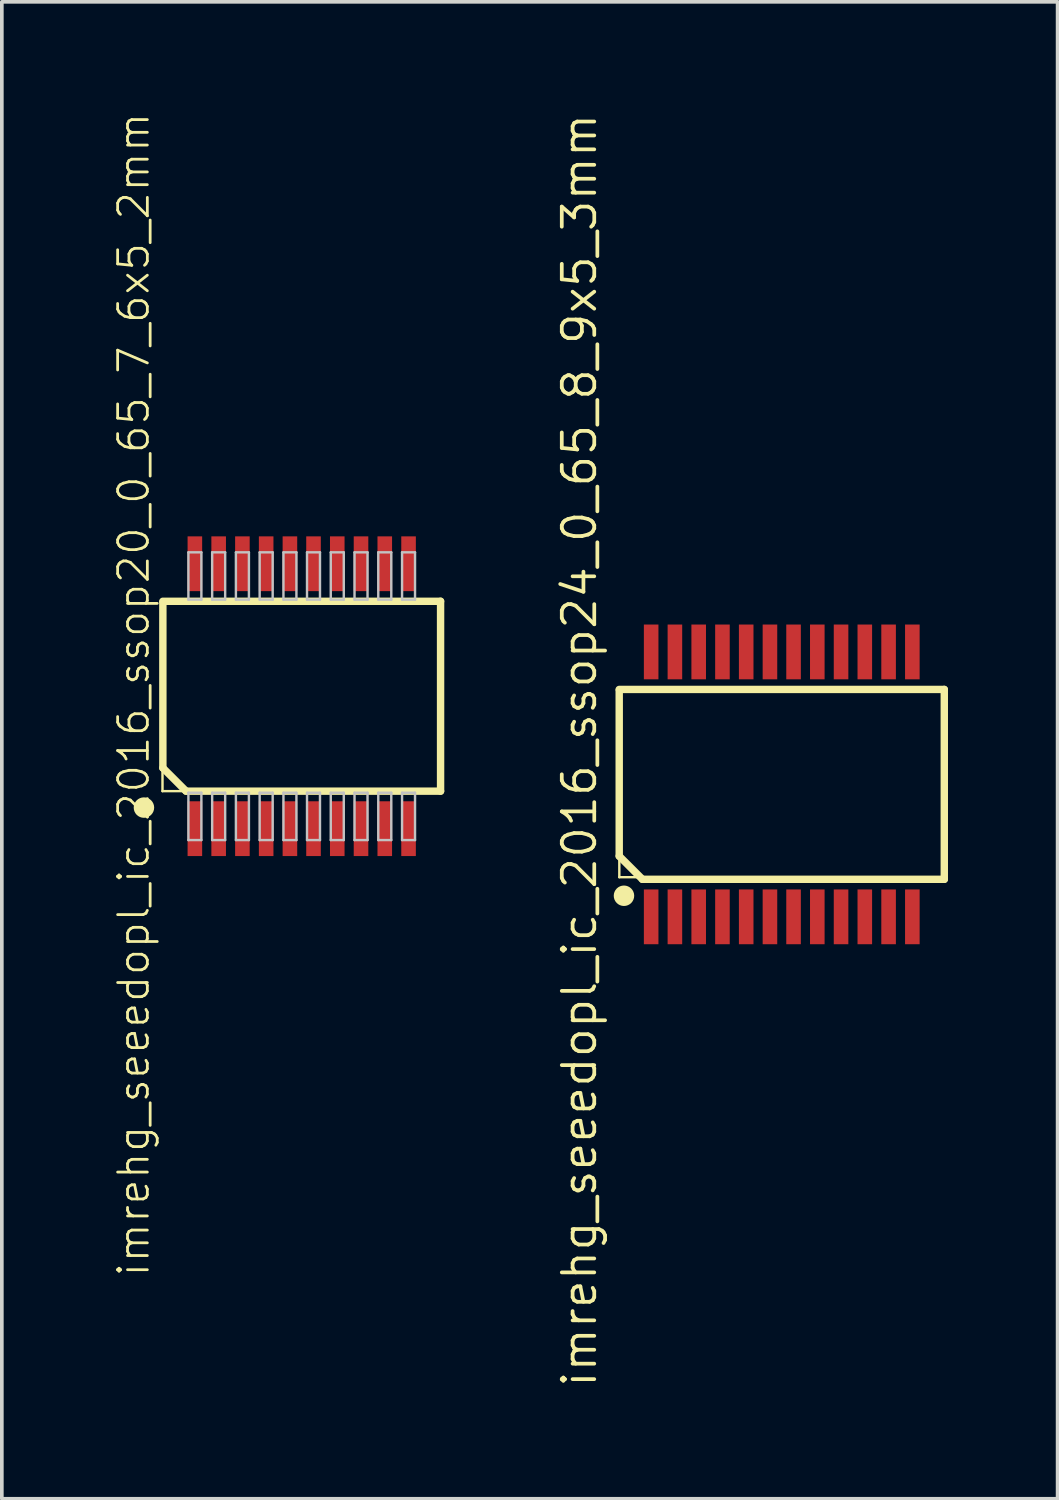
<source format=kicad_pcb>
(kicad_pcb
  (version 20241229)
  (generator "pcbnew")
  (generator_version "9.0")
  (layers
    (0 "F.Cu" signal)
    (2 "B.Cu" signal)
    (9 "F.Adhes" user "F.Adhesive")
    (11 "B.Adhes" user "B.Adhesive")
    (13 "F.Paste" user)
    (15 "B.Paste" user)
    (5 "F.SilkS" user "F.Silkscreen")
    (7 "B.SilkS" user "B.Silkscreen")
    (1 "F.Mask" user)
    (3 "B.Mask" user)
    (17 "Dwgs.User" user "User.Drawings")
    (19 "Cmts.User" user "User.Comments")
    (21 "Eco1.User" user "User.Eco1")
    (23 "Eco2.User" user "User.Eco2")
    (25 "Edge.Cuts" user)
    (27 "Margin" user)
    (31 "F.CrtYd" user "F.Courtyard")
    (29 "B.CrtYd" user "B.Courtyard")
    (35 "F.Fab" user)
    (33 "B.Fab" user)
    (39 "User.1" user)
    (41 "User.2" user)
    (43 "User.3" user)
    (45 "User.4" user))
  (footprint "imrehg_seeedopl_ic_2016_ssop20_0_65_7_6x5_2mm"
    (layer "F.Cu")
    (at 5.207 16.003)
    (property "Reference" "imrehg_seeedopl_ic_2016_ssop20_0_65_7_6x5_2mm" (at -4.597 -0.043 90) (layer "F.SilkS") (effects (font (size 0.813 0.813) (thickness 0.076))))
    (attr smd)
    (fp_line (start -3.823 -2.573) (end -3.8 -2.573) (stroke (width 0.127) (type solid)) (layer "F.SilkS"))
    (fp_line (start -3.81 -2.598) (end 3.81 -2.598) (stroke (width 0.066) (type solid)) (layer "F.SilkS"))
    (fp_line (start -3.81 2.598) (end -3.81 -2.598) (stroke (width 0.066) (type solid)) (layer "F.SilkS"))
    (fp_line (start -3.81 2.598) (end 3.81 2.598) (stroke (width 0.066) (type solid)) (layer "F.SilkS"))
    (fp_line (start -3.8 -2.573) (end -3.8 1.963) (stroke (width 0.203) (type solid)) (layer "F.SilkS"))
    (fp_line (start -3.8 1.963) (end -3.165 2.598) (stroke (width 0.203) (type solid)) (layer "F.SilkS"))
    (fp_line (start -3.165 2.598) (end 3.8 2.598) (stroke (width 0.203) (type solid)) (layer "F.SilkS"))
    (fp_line (start 3.8 -2.598) (end -3.8 -2.598) (stroke (width 0.203) (type solid)) (layer "F.SilkS"))
    (fp_line (start 3.8 2.598) (end 3.8 -2.598) (stroke (width 0.203) (type solid)) (layer "F.SilkS"))
    (fp_line (start 3.81 2.598) (end 3.81 -2.598) (stroke (width 0.066) (type solid)) (layer "F.SilkS"))
    (fp_circle (center -4.318 3.048) (end -4.516 3.246) (stroke (width 0) (type solid)) (fill yes) (layer "F.SilkS"))
    (fp_line (start -3.101 -3.937) (end -2.746 -3.937) (stroke (width 0.066) (type solid)) (layer "Dwgs.User"))
    (fp_line (start -3.101 -2.642) (end -3.101 -3.937) (stroke (width 0.066) (type solid)) (layer "Dwgs.User"))
    (fp_line (start -3.101 -2.642) (end -2.746 -2.642) (stroke (width 0.066) (type solid)) (layer "Dwgs.User"))
    (fp_line (start -3.101 2.642) (end -2.746 2.642) (stroke (width 0.066) (type solid)) (layer "Dwgs.User"))
    (fp_line (start -3.101 3.937) (end -3.101 2.642) (stroke (width 0.066) (type solid)) (layer "Dwgs.User"))
    (fp_line (start -3.101 3.937) (end -2.746 3.937) (stroke (width 0.066) (type solid)) (layer "Dwgs.User"))
    (fp_line (start -2.746 -2.642) (end -2.746 -3.937) (stroke (width 0.066) (type solid)) (layer "Dwgs.User"))
    (fp_line (start -2.746 3.937) (end -2.746 2.642) (stroke (width 0.066) (type solid)) (layer "Dwgs.User"))
    (fp_line (start -2.451 -3.937) (end -2.095 -3.937) (stroke (width 0.066) (type solid)) (layer "Dwgs.User"))
    (fp_line (start -2.451 -2.642) (end -2.451 -3.937) (stroke (width 0.066) (type solid)) (layer "Dwgs.User"))
    (fp_line (start -2.451 -2.642) (end -2.095 -2.642) (stroke (width 0.066) (type solid)) (layer "Dwgs.User"))
    (fp_line (start -2.451 2.642) (end -2.095 2.642) (stroke (width 0.066) (type solid)) (layer "Dwgs.User"))
    (fp_line (start -2.451 3.937) (end -2.451 2.642) (stroke (width 0.066) (type solid)) (layer "Dwgs.User"))
    (fp_line (start -2.451 3.937) (end -2.095 3.937) (stroke (width 0.066) (type solid)) (layer "Dwgs.User"))
    (fp_line (start -2.095 -2.642) (end -2.095 -3.937) (stroke (width 0.066) (type solid)) (layer "Dwgs.User"))
    (fp_line (start -2.095 3.937) (end -2.095 2.642) (stroke (width 0.066) (type solid)) (layer "Dwgs.User"))
    (fp_line (start -1.801 -3.937) (end -1.445 -3.937) (stroke (width 0.066) (type solid)) (layer "Dwgs.User"))
    (fp_line (start -1.801 -2.642) (end -1.801 -3.937) (stroke (width 0.066) (type solid)) (layer "Dwgs.User"))
    (fp_line (start -1.801 -2.642) (end -1.445 -2.642) (stroke (width 0.066) (type solid)) (layer "Dwgs.User"))
    (fp_line (start -1.801 2.642) (end -1.445 2.642) (stroke (width 0.066) (type solid)) (layer "Dwgs.User"))
    (fp_line (start -1.801 3.937) (end -1.801 2.642) (stroke (width 0.066) (type solid)) (layer "Dwgs.User"))
    (fp_line (start -1.801 3.937) (end -1.445 3.937) (stroke (width 0.066) (type solid)) (layer "Dwgs.User"))
    (fp_line (start -1.445 -2.642) (end -1.445 -3.937) (stroke (width 0.066) (type solid)) (layer "Dwgs.User"))
    (fp_line (start -1.445 3.937) (end -1.445 2.642) (stroke (width 0.066) (type solid)) (layer "Dwgs.User"))
    (fp_line (start -1.151 -3.937) (end -0.795 -3.937) (stroke (width 0.066) (type solid)) (layer "Dwgs.User"))
    (fp_line (start -1.151 -2.642) (end -1.151 -3.937) (stroke (width 0.066) (type solid)) (layer "Dwgs.User"))
    (fp_line (start -1.151 -2.642) (end -0.795 -2.642) (stroke (width 0.066) (type solid)) (layer "Dwgs.User"))
    (fp_line (start -1.151 2.642) (end -0.795 2.642) (stroke (width 0.066) (type solid)) (layer "Dwgs.User"))
    (fp_line (start -1.151 3.937) (end -1.151 2.642) (stroke (width 0.066) (type solid)) (layer "Dwgs.User"))
    (fp_line (start -1.151 3.937) (end -0.795 3.937) (stroke (width 0.066) (type solid)) (layer "Dwgs.User"))
    (fp_line (start -0.795 -2.642) (end -0.795 -3.937) (stroke (width 0.066) (type solid)) (layer "Dwgs.User"))
    (fp_line (start -0.795 3.937) (end -0.795 2.642) (stroke (width 0.066) (type solid)) (layer "Dwgs.User"))
    (fp_line (start -0.5 -3.937) (end -0.145 -3.937) (stroke (width 0.066) (type solid)) (layer "Dwgs.User"))
    (fp_line (start -0.5 -2.642) (end -0.5 -3.937) (stroke (width 0.066) (type solid)) (layer "Dwgs.User"))
    (fp_line (start -0.5 -2.642) (end -0.145 -2.642) (stroke (width 0.066) (type solid)) (layer "Dwgs.User"))
    (fp_line (start -0.5 2.642) (end -0.145 2.642) (stroke (width 0.066) (type solid)) (layer "Dwgs.User"))
    (fp_line (start -0.5 3.937) (end -0.5 2.642) (stroke (width 0.066) (type solid)) (layer "Dwgs.User"))
    (fp_line (start -0.5 3.937) (end -0.145 3.937) (stroke (width 0.066) (type solid)) (layer "Dwgs.User"))
    (fp_line (start -0.145 -2.642) (end -0.145 -3.937) (stroke (width 0.066) (type solid)) (layer "Dwgs.User"))
    (fp_line (start -0.145 3.937) (end -0.145 2.642) (stroke (width 0.066) (type solid)) (layer "Dwgs.User"))
    (fp_line (start 0.145 -3.937) (end 0.5 -3.937) (stroke (width 0.066) (type solid)) (layer "Dwgs.User"))
    (fp_line (start 0.145 -2.642) (end 0.145 -3.937) (stroke (width 0.066) (type solid)) (layer "Dwgs.User"))
    (fp_line (start 0.145 -2.642) (end 0.5 -2.642) (stroke (width 0.066) (type solid)) (layer "Dwgs.User"))
    (fp_line (start 0.145 2.642) (end 0.5 2.642) (stroke (width 0.066) (type solid)) (layer "Dwgs.User"))
    (fp_line (start 0.145 3.937) (end 0.145 2.642) (stroke (width 0.066) (type solid)) (layer "Dwgs.User"))
    (fp_line (start 0.145 3.937) (end 0.5 3.937) (stroke (width 0.066) (type solid)) (layer "Dwgs.User"))
    (fp_line (start 0.5 -2.642) (end 0.5 -3.937) (stroke (width 0.066) (type solid)) (layer "Dwgs.User"))
    (fp_line (start 0.5 3.937) (end 0.5 2.642) (stroke (width 0.066) (type solid)) (layer "Dwgs.User"))
    (fp_line (start 0.795 -3.937) (end 1.151 -3.937) (stroke (width 0.066) (type solid)) (layer "Dwgs.User"))
    (fp_line (start 0.795 -2.642) (end 0.795 -3.937) (stroke (width 0.066) (type solid)) (layer "Dwgs.User"))
    (fp_line (start 0.795 -2.642) (end 1.151 -2.642) (stroke (width 0.066) (type solid)) (layer "Dwgs.User"))
    (fp_line (start 0.795 2.642) (end 1.151 2.642) (stroke (width 0.066) (type solid)) (layer "Dwgs.User"))
    (fp_line (start 0.795 3.937) (end 0.795 2.642) (stroke (width 0.066) (type solid)) (layer "Dwgs.User"))
    (fp_line (start 0.795 3.937) (end 1.151 3.937) (stroke (width 0.066) (type solid)) (layer "Dwgs.User"))
    (fp_line (start 1.151 -2.642) (end 1.151 -3.937) (stroke (width 0.066) (type solid)) (layer "Dwgs.User"))
    (fp_line (start 1.151 3.937) (end 1.151 2.642) (stroke (width 0.066) (type solid)) (layer "Dwgs.User"))
    (fp_line (start 1.445 -3.937) (end 1.801 -3.937) (stroke (width 0.066) (type solid)) (layer "Dwgs.User"))
    (fp_line (start 1.445 -2.642) (end 1.445 -3.937) (stroke (width 0.066) (type solid)) (layer "Dwgs.User"))
    (fp_line (start 1.445 -2.642) (end 1.801 -2.642) (stroke (width 0.066) (type solid)) (layer "Dwgs.User"))
    (fp_line (start 1.445 2.642) (end 1.801 2.642) (stroke (width 0.066) (type solid)) (layer "Dwgs.User"))
    (fp_line (start 1.445 3.937) (end 1.445 2.642) (stroke (width 0.066) (type solid)) (layer "Dwgs.User"))
    (fp_line (start 1.445 3.937) (end 1.801 3.937) (stroke (width 0.066) (type solid)) (layer "Dwgs.User"))
    (fp_line (start 1.801 -2.642) (end 1.801 -3.937) (stroke (width 0.066) (type solid)) (layer "Dwgs.User"))
    (fp_line (start 1.801 3.937) (end 1.801 2.642) (stroke (width 0.066) (type solid)) (layer "Dwgs.User"))
    (fp_line (start 2.095 -3.937) (end 2.451 -3.937) (stroke (width 0.066) (type solid)) (layer "Dwgs.User"))
    (fp_line (start 2.095 -2.642) (end 2.095 -3.937) (stroke (width 0.066) (type solid)) (layer "Dwgs.User"))
    (fp_line (start 2.095 -2.642) (end 2.451 -2.642) (stroke (width 0.066) (type solid)) (layer "Dwgs.User"))
    (fp_line (start 2.095 2.642) (end 2.451 2.642) (stroke (width 0.066) (type solid)) (layer "Dwgs.User"))
    (fp_line (start 2.095 3.937) (end 2.095 2.642) (stroke (width 0.066) (type solid)) (layer "Dwgs.User"))
    (fp_line (start 2.095 3.937) (end 2.451 3.937) (stroke (width 0.066) (type solid)) (layer "Dwgs.User"))
    (fp_line (start 2.451 -2.642) (end 2.451 -3.937) (stroke (width 0.066) (type solid)) (layer "Dwgs.User"))
    (fp_line (start 2.451 3.937) (end 2.451 2.642) (stroke (width 0.066) (type solid)) (layer "Dwgs.User"))
    (fp_line (start 2.746 -3.937) (end 3.101 -3.937) (stroke (width 0.066) (type solid)) (layer "Dwgs.User"))
    (fp_line (start 2.746 -2.642) (end 2.746 -3.937) (stroke (width 0.066) (type solid)) (layer "Dwgs.User"))
    (fp_line (start 2.746 -2.642) (end 3.101 -2.642) (stroke (width 0.066) (type solid)) (layer "Dwgs.User"))
    (fp_line (start 2.746 2.642) (end 3.101 2.642) (stroke (width 0.066) (type solid)) (layer "Dwgs.User"))
    (fp_line (start 2.746 3.937) (end 2.746 2.642) (stroke (width 0.066) (type solid)) (layer "Dwgs.User"))
    (fp_line (start 2.746 3.937) (end 3.101 3.937) (stroke (width 0.066) (type solid)) (layer "Dwgs.User"))
    (fp_line (start 3.101 -2.642) (end 3.101 -3.937) (stroke (width 0.066) (type solid)) (layer "Dwgs.User"))
    (fp_line (start 3.101 3.937) (end 3.101 2.642) (stroke (width 0.066) (type solid)) (layer "Dwgs.User"))
    (pad "1" smd rect (at -2.924 3.625) (size 0.399 1.499) (layers "F.Cu" "F.Mask" "F.Paste"))
    (pad "2" smd rect (at -2.273 3.625) (size 0.399 1.499) (layers "F.Cu" "F.Mask" "F.Paste"))
    (pad "3" smd rect (at -1.623 3.625) (size 0.399 1.499) (layers "F.Cu" "F.Mask" "F.Paste"))
    (pad "4" smd rect (at -0.973 3.625) (size 0.399 1.499) (layers "F.Cu" "F.Mask" "F.Paste"))
    (pad "5" smd rect (at -0.323 3.625) (size 0.399 1.499) (layers "F.Cu" "F.Mask" "F.Paste"))
    (pad "6" smd rect (at 0.323 3.625) (size 0.399 1.499) (layers "F.Cu" "F.Mask" "F.Paste"))
    (pad "7" smd rect (at 0.973 3.625) (size 0.399 1.499) (layers "F.Cu" "F.Mask" "F.Paste"))
    (pad "8" smd rect (at 1.623 3.625) (size 0.399 1.499) (layers "F.Cu" "F.Mask" "F.Paste"))
    (pad "9" smd rect (at 2.273 3.625) (size 0.399 1.499) (layers "F.Cu" "F.Mask" "F.Paste"))
    (pad "10" smd rect (at 2.924 3.625) (size 0.399 1.499) (layers "F.Cu" "F.Mask" "F.Paste"))
    (pad "11" smd rect (at 2.924 -3.625) (size 0.399 1.499) (layers "F.Cu" "F.Mask" "F.Paste"))
    (pad "12" smd rect (at 2.273 -3.625) (size 0.399 1.499) (layers "F.Cu" "F.Mask" "F.Paste"))
    (pad "13" smd rect (at 1.623 -3.625) (size 0.399 1.499) (layers "F.Cu" "F.Mask" "F.Paste"))
    (pad "14" smd rect (at 0.973 -3.625) (size 0.399 1.499) (layers "F.Cu" "F.Mask" "F.Paste"))
    (pad "15" smd rect (at 0.323 -3.625) (size 0.399 1.499) (layers "F.Cu" "F.Mask" "F.Paste"))
    (pad "16" smd rect (at -0.323 -3.625) (size 0.399 1.499) (layers "F.Cu" "F.Mask" "F.Paste"))
    (pad "17" smd rect (at -0.973 -3.625) (size 0.399 1.499) (layers "F.Cu" "F.Mask" "F.Paste"))
    (pad "18" smd rect (at -1.623 -3.625) (size 0.399 1.499) (layers "F.Cu" "F.Mask" "F.Paste"))
    (pad "19" smd rect (at -2.273 -3.625) (size 0.399 1.499) (layers "F.Cu" "F.Mask" "F.Paste"))
    (pad "20" smd rect (at -2.924 -3.625) (size 0.399 1.499) (layers "F.Cu" "F.Mask" "F.Paste")))
  (footprint "imrehg_seeedopl_ic_2016_ssop24_0_65_8_9x5_3mm"
    (layer "F.Cu")
    (at 18.344 18.416)
    (property "Reference" "imrehg_seeedopl_ic_2016_ssop24_0_65_8_9x5_3mm" (at -5.537 -0.932 90) (layer "F.SilkS") (effects (font (size 0.889 0.889) (thickness 0.102))))
    (attr smd)
    (fp_line (start -4.448 -2.573) (end -4.448 1.963) (stroke (width 0.203) (type solid)) (layer "F.SilkS"))
    (fp_line (start -4.448 1.963) (end -3.813 2.598) (stroke (width 0.203) (type solid)) (layer "F.SilkS"))
    (fp_line (start -4.445 -2.54) (end 4.445 -2.54) (stroke (width 0.066) (type solid)) (layer "F.SilkS"))
    (fp_line (start -4.445 2.54) (end -4.445 -2.54) (stroke (width 0.066) (type solid)) (layer "F.SilkS"))
    (fp_line (start -4.445 2.54) (end 4.445 2.54) (stroke (width 0.066) (type solid)) (layer "F.SilkS"))
    (fp_line (start -3.813 2.598) (end 4.448 2.598) (stroke (width 0.203) (type solid)) (layer "F.SilkS"))
    (fp_line (start 4.445 2.54) (end 4.445 -2.54) (stroke (width 0.066) (type solid)) (layer "F.SilkS"))
    (fp_line (start 4.448 -2.598) (end -4.448 -2.598) (stroke (width 0.203) (type solid)) (layer "F.SilkS"))
    (fp_line (start 4.448 2.598) (end 4.448 -2.598) (stroke (width 0.203) (type solid)) (layer "F.SilkS"))
    (fp_circle (center -4.318 3.048) (end -4.516 3.246) (stroke (width 0) (type solid)) (fill yes) (layer "F.SilkS"))
    (pad "1" smd rect (at -3.574 3.625) (size 0.399 1.499) (layers "F.Cu" "F.Mask" "F.Paste"))
    (pad "2" smd rect (at -2.924 3.625) (size 0.399 1.499) (layers "F.Cu" "F.Mask" "F.Paste"))
    (pad "3" smd rect (at -2.273 3.625) (size 0.399 1.499) (layers "F.Cu" "F.Mask" "F.Paste"))
    (pad "4" smd rect (at -1.623 3.625) (size 0.399 1.499) (layers "F.Cu" "F.Mask" "F.Paste"))
    (pad "5" smd rect (at -0.973 3.625) (size 0.399 1.499) (layers "F.Cu" "F.Mask" "F.Paste"))
    (pad "6" smd rect (at -0.323 3.625) (size 0.399 1.499) (layers "F.Cu" "F.Mask" "F.Paste"))
    (pad "7" smd rect (at 0.323 3.625) (size 0.399 1.499) (layers "F.Cu" "F.Mask" "F.Paste"))
    (pad "8" smd rect (at 0.973 3.625) (size 0.399 1.499) (layers "F.Cu" "F.Mask" "F.Paste"))
    (pad "9" smd rect (at 1.623 3.625) (size 0.399 1.499) (layers "F.Cu" "F.Mask" "F.Paste"))
    (pad "10" smd rect (at 2.273 3.625) (size 0.399 1.499) (layers "F.Cu" "F.Mask" "F.Paste"))
    (pad "11" smd rect (at 2.924 3.625) (size 0.399 1.499) (layers "F.Cu" "F.Mask" "F.Paste"))
    (pad "12" smd rect (at 3.574 3.625) (size 0.399 1.499) (layers "F.Cu" "F.Mask" "F.Paste"))
    (pad "13" smd rect (at 3.574 -3.625) (size 0.399 1.499) (layers "F.Cu" "F.Mask" "F.Paste"))
    (pad "14" smd rect (at 2.924 -3.625) (size 0.399 1.499) (layers "F.Cu" "F.Mask" "F.Paste"))
    (pad "15" smd rect (at 2.273 -3.625) (size 0.399 1.499) (layers "F.Cu" "F.Mask" "F.Paste"))
    (pad "16" smd rect (at 1.623 -3.625) (size 0.399 1.499) (layers "F.Cu" "F.Mask" "F.Paste"))
    (pad "17" smd rect (at 0.973 -3.625) (size 0.399 1.499) (layers "F.Cu" "F.Mask" "F.Paste"))
    (pad "18" smd rect (at 0.323 -3.625) (size 0.399 1.499) (layers "F.Cu" "F.Mask" "F.Paste"))
    (pad "19" smd rect (at -0.323 -3.625) (size 0.399 1.499) (layers "F.Cu" "F.Mask" "F.Paste"))
    (pad "20" smd rect (at -0.973 -3.625) (size 0.399 1.499) (layers "F.Cu" "F.Mask" "F.Paste"))
    (pad "21" smd rect (at -1.623 -3.625) (size 0.399 1.499) (layers "F.Cu" "F.Mask" "F.Paste"))
    (pad "22" smd rect (at -2.273 -3.625) (size 0.399 1.499) (layers "F.Cu" "F.Mask" "F.Paste"))
    (pad "23" smd rect (at -2.924 -3.625) (size 0.399 1.499) (layers "F.Cu" "F.Mask" "F.Paste"))
    (pad "24" smd rect (at -3.574 -3.625) (size 0.399 1.499) (layers "F.Cu" "F.Mask" "F.Paste")))
  (gr_rect
    (start -3 -3)
    (end 25.893 37.967)
    (stroke (width 0.1) (type default))
    (fill no)
    (layer "Edge.Cuts")))
</source>
